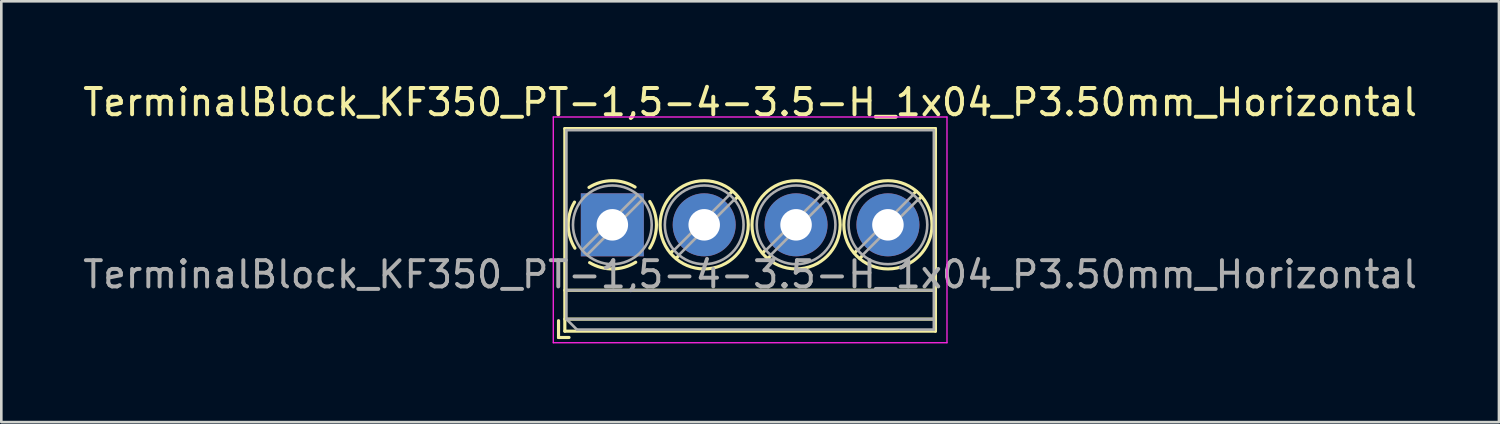
<source format=kicad_pcb>
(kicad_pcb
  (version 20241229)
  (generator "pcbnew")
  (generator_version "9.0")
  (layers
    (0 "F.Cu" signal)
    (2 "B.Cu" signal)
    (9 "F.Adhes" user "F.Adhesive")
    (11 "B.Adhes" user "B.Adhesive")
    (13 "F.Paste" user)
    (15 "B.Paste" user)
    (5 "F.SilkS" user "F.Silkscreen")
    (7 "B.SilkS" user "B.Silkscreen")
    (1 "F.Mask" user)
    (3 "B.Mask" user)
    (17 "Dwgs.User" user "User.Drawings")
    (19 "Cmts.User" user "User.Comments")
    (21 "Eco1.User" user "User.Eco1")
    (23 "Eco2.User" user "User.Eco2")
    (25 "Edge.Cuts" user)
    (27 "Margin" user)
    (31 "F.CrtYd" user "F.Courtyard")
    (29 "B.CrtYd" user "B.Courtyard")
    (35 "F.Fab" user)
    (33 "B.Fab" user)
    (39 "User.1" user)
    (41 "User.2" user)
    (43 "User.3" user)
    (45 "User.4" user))
  (footprint "TerminalBlock_KF350_PT-1,5-4-3.5-H_1x04_P3.50mm_Horizontal"
    (layer "F.Cu")
    (at 20.28 5.516)
    (property "Reference" "TerminalBlock_KF350_PT-1,5-4-3.5-H_1x04_P3.50mm_Horizontal" (at 5.25 -4.668 0) (layer "F.SilkS") (effects (font (size 1 1) (thickness 0.15))))
    (attr through_hole)
    (fp_line (start -2.05 3.652) (end -2.05 4.292) (stroke (width 0.12) (type solid)) (layer "F.SilkS"))
    (fp_line (start -2.05 4.292) (end -1.65 4.292) (stroke (width 0.12) (type solid)) (layer "F.SilkS"))
    (fp_line (start -1.81 -3.668) (end -1.81 4.052) (stroke (width 0.12) (type solid)) (layer "F.SilkS"))
    (fp_line (start -1.81 -3.668) (end 12.31 -3.668) (stroke (width 0.12) (type solid)) (layer "F.SilkS"))
    (fp_line (start -1.81 2.492) (end 12.31 2.492) (stroke (width 0.12) (type solid)) (layer "F.SilkS"))
    (fp_line (start -1.81 3.592) (end 12.31 3.592) (stroke (width 0.12) (type solid)) (layer "F.SilkS"))
    (fp_line (start -1.81 4.052) (end 12.31 4.052) (stroke (width 0.12) (type solid)) (layer "F.SilkS"))
    (fp_line (start 2.355 0.941) (end 2.226 1.069) (stroke (width 0.12) (type solid)) (layer "F.SilkS"))
    (fp_line (start 2.525 1.181) (end 2.431 1.274) (stroke (width 0.12) (type solid)) (layer "F.SilkS"))
    (fp_line (start 4.57 -1.275) (end 4.476 -1.181) (stroke (width 0.12) (type solid)) (layer "F.SilkS"))
    (fp_line (start 4.775 -1.069) (end 4.646 -0.941) (stroke (width 0.12) (type solid)) (layer "F.SilkS"))
    (fp_line (start 5.855 0.941) (end 5.726 1.069) (stroke (width 0.12) (type solid)) (layer "F.SilkS"))
    (fp_line (start 6.025 1.181) (end 5.931 1.274) (stroke (width 0.12) (type solid)) (layer "F.SilkS"))
    (fp_line (start 8.07 -1.275) (end 7.976 -1.181) (stroke (width 0.12) (type solid)) (layer "F.SilkS"))
    (fp_line (start 8.275 -1.069) (end 8.146 -0.941) (stroke (width 0.12) (type solid)) (layer "F.SilkS"))
    (fp_line (start 9.355 0.941) (end 9.226 1.069) (stroke (width 0.12) (type solid)) (layer "F.SilkS"))
    (fp_line (start 9.525 1.181) (end 9.431 1.274) (stroke (width 0.12) (type solid)) (layer "F.SilkS"))
    (fp_line (start 11.57 -1.275) (end 11.476 -1.181) (stroke (width 0.12) (type solid)) (layer "F.SilkS"))
    (fp_line (start 11.775 -1.069) (end 11.646 -0.941) (stroke (width 0.12) (type solid)) (layer "F.SilkS"))
    (fp_line (start 12.31 -3.668) (end 12.31 4.052) (stroke (width 0.12) (type solid)) (layer "F.SilkS"))
    (fp_arc (start -1.425358 0.889894) (mid -1.680286 0.014012) (end -1.44 -0.866) (stroke (width 0.12) (type solid)) (layer "F.SilkS"))
    (fp_arc (start -0.889894 -1.425358) (mid -0.014012 -1.680286) (end 0.866 -1.44) (stroke (width 0.12) (type solid)) (layer "F.SilkS"))
    (fp_arc (start 0.028674 1.680099) (mid -0.435535 1.622918) (end -0.866 1.44) (stroke (width 0.12) (type solid)) (layer "F.SilkS"))
    (fp_arc (start 0.890264 1.424721) (mid 0.463071 1.61492) (end 0 1.68) (stroke (width 0.12) (type solid)) (layer "F.SilkS"))
    (fp_arc (start 1.425504 -0.890193) (mid 1.680626 0.000476) (end 1.425 0.891) (stroke (width 0.12) (type solid)) (layer "F.SilkS"))
    (fp_circle (center 3.5 0) (end 5.18 0) (stroke (width 0.12) (type solid)) (fill no) (layer "F.SilkS"))
    (fp_circle (center 7 0) (end 8.68 0) (stroke (width 0.12) (type solid)) (fill no) (layer "F.SilkS"))
    (fp_circle (center 10.5 0) (end 12.18 0) (stroke (width 0.12) (type solid)) (fill no) (layer "F.SilkS"))
    (fp_line (start -2.25 -4.108) (end -2.25 4.492) (stroke (width 0.05) (type solid)) (layer "F.CrtYd"))
    (fp_line (start -2.25 4.492) (end 12.75 4.492) (stroke (width 0.05) (type solid)) (layer "F.CrtYd"))
    (fp_line (start 12.75 -4.108) (end -2.25 -4.108) (stroke (width 0.05) (type solid)) (layer "F.CrtYd"))
    (fp_line (start 12.75 4.492) (end 12.75 -4.108) (stroke (width 0.05) (type solid)) (layer "F.CrtYd"))
    (fp_line (start -1.75 -3.608) (end 12.25 -3.608) (stroke (width 0.1) (type solid)) (layer "F.Fab"))
    (fp_line (start -1.75 2.492) (end 12.25 2.492) (stroke (width 0.1) (type solid)) (layer "F.Fab"))
    (fp_line (start -1.75 3.592) (end -1.75 -3.608) (stroke (width 0.1) (type solid)) (layer "F.Fab"))
    (fp_line (start -1.75 3.592) (end 12.25 3.592) (stroke (width 0.1) (type solid)) (layer "F.Fab"))
    (fp_line (start -1.35 3.992) (end -1.75 3.592) (stroke (width 0.1) (type solid)) (layer "F.Fab"))
    (fp_line (start 0.955 -1.138) (end -1.138 0.955) (stroke (width 0.1) (type solid)) (layer "F.Fab"))
    (fp_line (start 1.138 -0.955) (end -0.955 1.138) (stroke (width 0.1) (type solid)) (layer "F.Fab"))
    (fp_line (start 4.455 -1.138) (end 2.363 0.955) (stroke (width 0.1) (type solid)) (layer "F.Fab"))
    (fp_line (start 4.638 -0.955) (end 2.546 1.138) (stroke (width 0.1) (type solid)) (layer "F.Fab"))
    (fp_line (start 7.955 -1.138) (end 5.863 0.955) (stroke (width 0.1) (type solid)) (layer "F.Fab"))
    (fp_line (start 8.138 -0.955) (end 6.046 1.138) (stroke (width 0.1) (type solid)) (layer "F.Fab"))
    (fp_line (start 11.455 -1.138) (end 9.363 0.955) (stroke (width 0.1) (type solid)) (layer "F.Fab"))
    (fp_line (start 11.638 -0.955) (end 9.546 1.138) (stroke (width 0.1) (type solid)) (layer "F.Fab"))
    (fp_line (start 12.25 -3.608) (end 12.25 3.992) (stroke (width 0.1) (type solid)) (layer "F.Fab"))
    (fp_line (start 12.25 3.992) (end -1.35 3.992) (stroke (width 0.1) (type solid)) (layer "F.Fab"))
    (fp_circle (center 0 0) (end 1.5 0) (stroke (width 0.1) (type solid)) (fill no) (layer "F.Fab"))
    (fp_circle (center 3.5 0) (end 5 0) (stroke (width 0.1) (type solid)) (fill no) (layer "F.Fab"))
    (fp_circle (center 7 0) (end 8.5 0) (stroke (width 0.1) (type solid)) (fill no) (layer "F.Fab"))
    (fp_circle (center 10.5 0) (end 12 0) (stroke (width 0.1) (type solid)) (fill no) (layer "F.Fab"))
    (fp_text user "${REFERENCE}" (at 5.25 1.892 0) (layer "F.Fab") (effects (font (size 1 1) (thickness 0.15))))
    (pad "1" thru_hole rect (at 0 0) (size 2.4 2.4) (drill 1.2) (layers "*.Cu" "*.Mask"))
    (pad "2" thru_hole circle (at 3.5 0) (size 2.4 2.4) (drill 1.2) (layers "*.Cu" "*.Mask"))
    (pad "3" thru_hole circle (at 7 0) (size 2.4 2.4) (drill 1.2) (layers "*.Cu" "*.Mask"))
    (pad "4" thru_hole circle (at 10.5 0) (size 2.4 2.4) (drill 1.2) (layers "*.Cu" "*.Mask")))
  (gr_rect
    (start -3 -3)
    (end 54.06 13.033)
    (stroke (width 0.1) (type default))
    (fill no)
    (layer "Edge.Cuts")))
</source>
